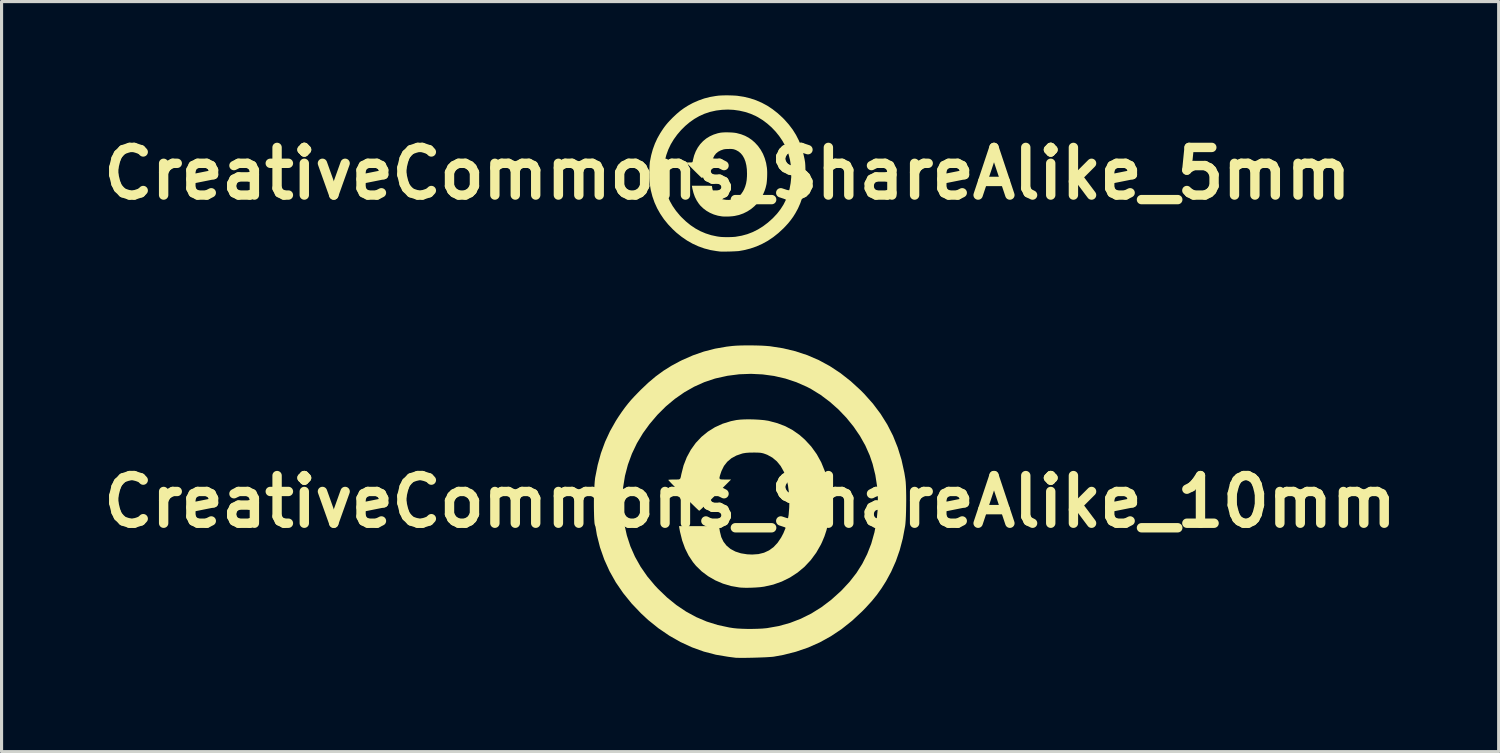
<source format=kicad_pcb>
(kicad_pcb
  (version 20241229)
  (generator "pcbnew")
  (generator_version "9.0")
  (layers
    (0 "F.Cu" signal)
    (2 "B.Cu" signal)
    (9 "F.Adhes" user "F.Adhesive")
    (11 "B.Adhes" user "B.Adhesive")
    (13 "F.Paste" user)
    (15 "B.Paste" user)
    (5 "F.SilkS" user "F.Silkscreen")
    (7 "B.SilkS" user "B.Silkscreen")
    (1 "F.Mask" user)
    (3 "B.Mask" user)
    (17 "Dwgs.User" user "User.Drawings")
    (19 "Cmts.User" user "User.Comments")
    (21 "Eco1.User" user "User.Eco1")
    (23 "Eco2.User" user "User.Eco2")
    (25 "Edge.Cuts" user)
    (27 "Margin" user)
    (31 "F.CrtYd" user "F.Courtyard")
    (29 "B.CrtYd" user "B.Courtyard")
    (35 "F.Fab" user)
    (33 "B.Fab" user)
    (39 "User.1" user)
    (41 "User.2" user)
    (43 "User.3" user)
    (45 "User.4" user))
  (footprint "CreativeCommons_ShareAlike_5mm"
    (layer "F.Cu")
    (at 20.218 2.5)
    (property "Reference" "CreativeCommons_ShareAlike_5mm" (at 0 0 0) (layer "F.SilkS") (effects (font (size 1.524 1.524) (thickness 0.3))))
    (attr board_only exclude_from_pos_files exclude_from_bom)
    (fp_poly (pts (xy 0.07 -1.315) (xy 0.15 -1.311) (xy 0.224 -1.304) (xy 0.285 -1.295) (xy 0.298 -1.292) (xy 0.437 -1.255) (xy 0.564 -1.206) (xy 0.68 -1.144) (xy 0.788 -1.068) (xy 0.875 -0.992) (xy 0.978 -0.881) (xy 1.065 -0.759) (xy 1.138 -0.628) (xy 1.195 -0.486) (xy 1.238 -0.335) (xy 1.264 -0.179) (xy 1.269 -0.121) (xy 1.272 -0.051) (xy 1.272 0.027) (xy 1.27 0.107) (xy 1.266 0.186) (xy 1.26 0.258) (xy 1.253 0.32) (xy 1.246 0.356) (xy 1.221 0.459) (xy 1.19 0.553) (xy 1.15 0.647) (xy 1.131 0.686) (xy 1.058 0.816) (xy 0.97 0.935) (xy 0.87 1.041) (xy 0.759 1.134) (xy 0.638 1.213) (xy 0.507 1.278) (xy 0.369 1.327) (xy 0.224 1.359) (xy 0.223 1.359) (xy 0.159 1.367) (xy 0.086 1.373) (xy 0.008 1.377) (xy -0.068 1.377) (xy -0.136 1.375) (xy -0.173 1.372) (xy -0.306 1.349) (xy -0.435 1.311) (xy -0.558 1.258) (xy -0.672 1.192) (xy -0.775 1.114) (xy -0.866 1.026) (xy -0.914 0.967) (xy -0.983 0.862) (xy -1.041 0.747) (xy -1.086 0.621) (xy -1.121 0.482) (xy -1.131 0.425) (xy -1.137 0.391) (xy -0.818 0.391) (xy -0.73 0.391) (xy -0.658 0.392) (xy -0.601 0.392) (xy -0.558 0.394) (xy -0.528 0.395) (xy -0.508 0.397) (xy -0.498 0.4) (xy -0.496 0.402) (xy -0.493 0.416) (xy -0.489 0.443) (xy -0.483 0.477) (xy -0.483 0.481) (xy -0.461 0.566) (xy -0.425 0.641) (xy -0.375 0.705) (xy -0.312 0.757) (xy -0.236 0.798) (xy -0.147 0.826) (xy -0.047 0.842) (xy 0.034 0.845) (xy 0.133 0.838) (xy 0.222 0.817) (xy 0.302 0.78) (xy 0.374 0.727) (xy 0.438 0.659) (xy 0.496 0.574) (xy 0.533 0.505) (xy 0.57 0.413) (xy 0.598 0.316) (xy 0.616 0.211) (xy 0.625 0.094) (xy 0.627 0.007) (xy 0.622 -0.135) (xy 0.605 -0.264) (xy 0.577 -0.38) (xy 0.538 -0.482) (xy 0.488 -0.57) (xy 0.428 -0.644) (xy 0.357 -0.704) (xy 0.276 -0.749) (xy 0.245 -0.761) (xy 0.215 -0.771) (xy 0.188 -0.778) (xy 0.16 -0.782) (xy 0.126 -0.785) (xy 0.081 -0.785) (xy 0.055 -0.785) (xy -0.013 -0.784) (xy -0.067 -0.78) (xy -0.11 -0.774) (xy -0.127 -0.77) (xy -0.221 -0.737) (xy -0.3 -0.694) (xy -0.366 -0.639) (xy -0.418 -0.571) (xy -0.458 -0.492) (xy -0.469 -0.459) (xy -0.483 -0.415) (xy -0.49 -0.385) (xy -0.488 -0.367) (xy -0.475 -0.358) (xy -0.45 -0.355) (xy -0.409 -0.355) (xy -0.398 -0.355) (xy -0.305 -0.355) (xy -0.555 -0.105) (xy -0.61 -0.049) (xy -0.662 0.002) (xy -0.708 0.047) (xy -0.748 0.086) (xy -0.78 0.116) (xy -0.802 0.136) (xy -0.813 0.145) (xy -0.814 0.145) (xy -0.822 0.139) (xy -0.841 0.122) (xy -0.87 0.095) (xy -0.906 0.06) (xy -0.948 0.019) (xy -0.994 -0.026) (xy -1.042 -0.074) (xy -1.091 -0.123) (xy -1.139 -0.171) (xy -1.184 -0.217) (xy -1.225 -0.258) (xy -1.26 -0.294) (xy -1.287 -0.322) (xy -1.303 -0.34) (xy -1.309 -0.348) (xy -1.301 -0.351) (xy -1.278 -0.353) (xy -1.244 -0.354) (xy -1.214 -0.355) (xy -1.171 -0.354) (xy -1.143 -0.356) (xy -1.125 -0.361) (xy -1.115 -0.374) (xy -1.108 -0.396) (xy -1.102 -0.431) (xy -1.1 -0.441) (xy -1.064 -0.58) (xy -1.013 -0.71) (xy -0.948 -0.83) (xy -0.87 -0.939) (xy -0.779 -1.036) (xy -0.677 -1.12) (xy -0.563 -1.19) (xy -0.44 -1.246) (xy -0.307 -1.288) (xy -0.22 -1.306) (xy -0.162 -1.312) (xy -0.091 -1.316) (xy -0.012 -1.317)) (stroke (width 0) (type solid)) (fill yes) (layer "F.SilkS"))
    (fp_poly (pts (xy 0.017 -2.5) (xy 0.104 -2.498) (xy 0.186 -2.495) (xy 0.259 -2.491) (xy 0.318 -2.486) (xy 0.526 -2.454) (xy 0.725 -2.406) (xy 0.915 -2.343) (xy 1.098 -2.264) (xy 1.275 -2.169) (xy 1.444 -2.057) (xy 1.609 -1.928) (xy 1.768 -1.782) (xy 1.824 -1.725) (xy 1.963 -1.568) (xy 2.087 -1.405) (xy 2.194 -1.234) (xy 2.285 -1.055) (xy 2.361 -0.867) (xy 2.421 -0.669) (xy 2.467 -0.461) (xy 2.484 -0.359) (xy 2.488 -0.314) (xy 2.492 -0.255) (xy 2.494 -0.183) (xy 2.496 -0.104) (xy 2.496 -0.02) (xy 2.496 0.065) (xy 2.494 0.149) (xy 2.492 0.227) (xy 2.488 0.296) (xy 2.484 0.354) (xy 2.479 0.391) (xy 2.441 0.59) (xy 2.392 0.776) (xy 2.331 0.951) (xy 2.257 1.119) (xy 2.174 1.271) (xy 2.104 1.383) (xy 2.028 1.488) (xy 1.945 1.591) (xy 1.85 1.695) (xy 1.792 1.755) (xy 1.631 1.904) (xy 1.465 2.036) (xy 1.293 2.152) (xy 1.114 2.25) (xy 0.928 2.333) (xy 0.734 2.4) (xy 0.531 2.451) (xy 0.38 2.478) (xy 0.349 2.482) (xy 0.305 2.485) (xy 0.25 2.488) (xy 0.186 2.491) (xy 0.118 2.494) (xy 0.048 2.496) (xy -0.021 2.497) (xy -0.087 2.498) (xy -0.145 2.498) (xy -0.193 2.498) (xy -0.229 2.496) (xy -0.245 2.495) (xy -0.265 2.492) (xy -0.296 2.488) (xy -0.335 2.483) (xy -0.35 2.481) (xy -0.547 2.448) (xy -0.74 2.397) (xy -0.93 2.329) (xy -1.114 2.245) (xy -1.293 2.143) (xy -1.465 2.025) (xy -1.631 1.892) (xy -1.744 1.787) (xy -1.896 1.628) (xy -2.031 1.462) (xy -2.148 1.289) (xy -2.249 1.11) (xy -2.333 0.924) (xy -2.4 0.732) (xy -2.451 0.532) (xy -2.485 0.325) (xy -2.491 0.27) (xy -2.495 0.217) (xy -2.498 0.15) (xy -2.499 0.075) (xy -2.498 -0.007) (xy -2.498 -0.043) (xy -2.044 -0.043) (xy -2.039 0.144) (xy -2.037 0.168) (xy -2.012 0.358) (xy -1.972 0.54) (xy -1.915 0.714) (xy -1.842 0.881) (xy -1.752 1.041) (xy -1.645 1.194) (xy -1.521 1.343) (xy -1.474 1.393) (xy -1.329 1.532) (xy -1.179 1.654) (xy -1.024 1.758) (xy -0.862 1.846) (xy -0.694 1.917) (xy -0.518 1.973) (xy -0.334 2.012) (xy -0.266 2.022) (xy -0.205 2.029) (xy -0.132 2.033) (xy -0.05 2.035) (xy 0.035 2.035) (xy 0.118 2.033) (xy 0.195 2.029) (xy 0.26 2.024) (xy 0.27 2.022) (xy 0.457 1.989) (xy 0.637 1.94) (xy 0.811 1.873) (xy 0.978 1.789) (xy 1.14 1.688) (xy 1.296 1.57) (xy 1.447 1.435) (xy 1.464 1.418) (xy 1.591 1.282) (xy 1.7 1.141) (xy 1.794 0.994) (xy 1.872 0.839) (xy 1.936 0.676) (xy 1.94 0.664) (xy 1.989 0.488) (xy 2.022 0.307) (xy 2.041 0.123) (xy 2.043 -0.063) (xy 2.031 -0.247) (xy 2.003 -0.427) (xy 1.96 -0.602) (xy 1.913 -0.74) (xy 1.842 -0.898) (xy 1.755 -1.053) (xy 1.653 -1.202) (xy 1.538 -1.344) (xy 1.412 -1.476) (xy 1.275 -1.597) (xy 1.13 -1.706) (xy 0.978 -1.8) (xy 0.905 -1.839) (xy 0.738 -1.912) (xy 0.564 -1.969) (xy 0.384 -2.01) (xy 0.2 -2.036) (xy 0.013 -2.045) (xy -0.174 -2.037) (xy -0.361 -2.014) (xy -0.545 -1.973) (xy -0.567 -1.967) (xy -0.734 -1.911) (xy -0.897 -1.838) (xy -1.054 -1.748) (xy -1.204 -1.643) (xy -1.347 -1.523) (xy -1.482 -1.389) (xy -1.608 -1.242) (xy -1.715 -1.094) (xy -1.811 -0.935) (xy -1.891 -0.767) (xy -1.954 -0.593) (xy -2.001 -0.413) (xy -2.031 -0.23) (xy -2.044 -0.043) (xy -2.498 -0.043) (xy -2.497 -0.09) (xy -2.494 -0.171) (xy -2.491 -0.247) (xy -2.486 -0.314) (xy -2.481 -0.367) (xy -2.478 -0.385) (xy -2.438 -0.586) (xy -2.386 -0.775) (xy -2.32 -0.955) (xy -2.241 -1.127) (xy -2.146 -1.294) (xy -2.1 -1.365) (xy -2.05 -1.44) (xy -2.003 -1.505) (xy -1.956 -1.565) (xy -1.906 -1.624) (xy -1.85 -1.685) (xy -1.785 -1.752) (xy -1.751 -1.787) (xy -1.628 -1.903) (xy -1.508 -2.004) (xy -1.385 -2.094) (xy -1.257 -2.174) (xy -1.119 -2.249) (xy -1.086 -2.265) (xy -0.913 -2.34) (xy -0.74 -2.401) (xy -0.561 -2.447) (xy -0.375 -2.479) (xy -0.282 -2.491) (xy -0.223 -2.495) (xy -0.151 -2.498) (xy -0.069 -2.5)) (stroke (width 0) (type solid)) (fill yes) (layer "F.SilkS")))
  (footprint "CreativeCommons_ShareAlike_10mm"
    (layer "F.Cu")
    (at 20.944 12.997)
    (property "Reference" "CreativeCommons_ShareAlike_10mm" (at 0 0 0) (layer "F.SilkS") (effects (font (size 1.524 1.524) (thickness 0.3))))
    (attr board_only exclude_from_pos_files exclude_from_bom)
    (fp_poly (pts (xy 0.14 -2.63) (xy 0.3 -2.621) (xy 0.447 -2.608) (xy 0.571 -2.589) (xy 0.596 -2.584) (xy 0.874 -2.51) (xy 1.127 -2.413) (xy 1.36 -2.289) (xy 1.577 -2.137) (xy 1.751 -1.984) (xy 1.956 -1.762) (xy 2.131 -1.519) (xy 2.276 -1.256) (xy 2.391 -0.973) (xy 2.476 -0.669) (xy 2.529 -0.359) (xy 2.538 -0.242) (xy 2.543 -0.101) (xy 2.544 0.054) (xy 2.54 0.214) (xy 2.532 0.371) (xy 2.52 0.516) (xy 2.505 0.64) (xy 2.493 0.711) (xy 2.441 0.918) (xy 2.379 1.107) (xy 2.3 1.295) (xy 2.263 1.373) (xy 2.115 1.632) (xy 1.94 1.869) (xy 1.741 2.082) (xy 1.518 2.268) (xy 1.275 2.426) (xy 1.014 2.555) (xy 0.738 2.653) (xy 0.447 2.718) (xy 0.447 2.718) (xy 0.319 2.735) (xy 0.171 2.746) (xy 0.015 2.753) (xy -0.136 2.755) (xy -0.272 2.75) (xy -0.345 2.744) (xy -0.612 2.698) (xy -0.87 2.621) (xy -1.115 2.516) (xy -1.343 2.384) (xy -1.55 2.229) (xy -1.732 2.051) (xy -1.828 1.934) (xy -1.967 1.724) (xy -2.081 1.495) (xy -2.173 1.242) (xy -2.242 0.964) (xy -2.263 0.85) (xy -2.274 0.782) (xy -1.637 0.782) (xy -1.459 0.782) (xy -1.315 0.783) (xy -1.202 0.785) (xy -1.116 0.787) (xy -1.055 0.791) (xy -1.016 0.795) (xy -0.997 0.801) (xy -0.993 0.805) (xy -0.987 0.833) (xy -0.978 0.886) (xy -0.967 0.953) (xy -0.965 0.962) (xy -0.923 1.133) (xy -0.851 1.282) (xy -0.751 1.41) (xy -0.624 1.514) (xy -0.472 1.595) (xy -0.295 1.652) (xy -0.094 1.684) (xy 0.068 1.691) (xy 0.266 1.677) (xy 0.444 1.633) (xy 0.604 1.559) (xy 0.748 1.455) (xy 0.877 1.318) (xy 0.992 1.148) (xy 1.065 1.009) (xy 1.14 0.826) (xy 1.195 0.632) (xy 1.232 0.422) (xy 1.251 0.188) (xy 1.255 0.015) (xy 1.243 -0.27) (xy 1.21 -0.529) (xy 1.154 -0.76) (xy 1.076 -0.964) (xy 0.977 -1.141) (xy 0.856 -1.289) (xy 0.714 -1.408) (xy 0.552 -1.498) (xy 0.49 -1.522) (xy 0.43 -1.543) (xy 0.377 -1.556) (xy 0.321 -1.565) (xy 0.252 -1.569) (xy 0.161 -1.571) (xy 0.109 -1.571) (xy -0.027 -1.569) (xy -0.134 -1.561) (xy -0.221 -1.547) (xy -0.255 -1.539) (xy -0.441 -1.475) (xy -0.6 -1.388) (xy -0.731 -1.277) (xy -0.836 -1.143) (xy -0.915 -0.983) (xy -0.938 -0.917) (xy -0.966 -0.829) (xy -0.98 -0.77) (xy -0.976 -0.735) (xy -0.951 -0.716) (xy -0.899 -0.71) (xy -0.818 -0.709) (xy -0.796 -0.709) (xy -0.609 -0.709) (xy -1.109 -0.209) (xy -1.22 -0.098) (xy -1.324 0.004) (xy -1.417 0.095) (xy -1.496 0.172) (xy -1.56 0.232) (xy -1.604 0.272) (xy -1.626 0.29) (xy -1.627 0.291) (xy -1.644 0.279) (xy -1.682 0.244) (xy -1.739 0.19) (xy -1.811 0.12) (xy -1.895 0.038) (xy -1.987 -0.052) (xy -2.084 -0.148) (xy -2.182 -0.246) (xy -2.278 -0.342) (xy -2.369 -0.434) (xy -2.451 -0.517) (xy -2.52 -0.588) (xy -2.573 -0.644) (xy -2.607 -0.681) (xy -2.618 -0.696) (xy -2.601 -0.701) (xy -2.556 -0.706) (xy -2.488 -0.708) (xy -2.428 -0.709) (xy -2.343 -0.709) (xy -2.286 -0.711) (xy -2.251 -0.723) (xy -2.23 -0.748) (xy -2.217 -0.793) (xy -2.203 -0.862) (xy -2.199 -0.882) (xy -2.128 -1.161) (xy -2.026 -1.421) (xy -1.896 -1.66) (xy -1.74 -1.878) (xy -1.558 -2.071) (xy -1.353 -2.239) (xy -1.127 -2.38) (xy -0.88 -2.493) (xy -0.615 -2.575) (xy -0.439 -2.611) (xy -0.323 -2.624) (xy -0.182 -2.632) (xy -0.024 -2.634)) (stroke (width 0) (type solid)) (fill yes) (layer "F.SilkS"))
    (fp_poly (pts (xy 0.034 -4.999) (xy 0.207 -4.996) (xy 0.372 -4.991) (xy 0.519 -4.982) (xy 0.636 -4.972) (xy 1.052 -4.907) (xy 1.449 -4.812) (xy 1.831 -4.686) (xy 2.197 -4.528) (xy 2.549 -4.337) (xy 2.889 -4.113) (xy 3.217 -3.855) (xy 3.536 -3.563) (xy 3.648 -3.45) (xy 3.927 -3.137) (xy 4.173 -2.81) (xy 4.387 -2.468) (xy 4.57 -2.11) (xy 4.721 -1.733) (xy 4.843 -1.338) (xy 4.934 -0.923) (xy 4.967 -0.718) (xy 4.977 -0.628) (xy 4.984 -0.509) (xy 4.989 -0.367) (xy 4.992 -0.208) (xy 4.993 -0.04) (xy 4.991 0.13) (xy 4.988 0.297) (xy 4.983 0.454) (xy 4.976 0.593) (xy 4.967 0.708) (xy 4.958 0.782) (xy 4.883 1.179) (xy 4.785 1.551) (xy 4.662 1.903) (xy 4.513 2.238) (xy 4.348 2.543) (xy 4.207 2.766) (xy 4.057 2.977) (xy 3.89 3.182) (xy 3.7 3.39) (xy 3.583 3.51) (xy 3.262 3.809) (xy 2.93 4.073) (xy 2.586 4.303) (xy 2.228 4.501) (xy 1.856 4.666) (xy 1.468 4.799) (xy 1.062 4.902) (xy 0.76 4.957) (xy 0.699 4.964) (xy 0.61 4.97) (xy 0.499 4.977) (xy 0.373 4.982) (xy 0.236 4.987) (xy 0.096 4.991) (xy -0.043 4.994) (xy -0.173 4.996) (xy -0.29 4.996) (xy -0.387 4.995) (xy -0.458 4.993) (xy -0.491 4.989) (xy -0.529 4.984) (xy -0.592 4.976) (xy -0.669 4.966) (xy -0.7 4.962) (xy -1.094 4.896) (xy -1.481 4.795) (xy -1.859 4.659) (xy -2.228 4.489) (xy -2.585 4.286) (xy -2.93 4.051) (xy -3.262 3.784) (xy -3.488 3.574) (xy -3.792 3.255) (xy -4.061 2.923) (xy -4.297 2.579) (xy -4.498 2.221) (xy -4.666 1.849) (xy -4.801 1.463) (xy -4.902 1.064) (xy -4.97 0.65) (xy -4.983 0.54) (xy -4.99 0.433) (xy -4.995 0.301) (xy -4.997 0.149) (xy -4.997 -0.013) (xy -4.996 -0.087) (xy -4.088 -0.087) (xy -4.078 0.288) (xy -4.074 0.336) (xy -4.024 0.717) (xy -3.943 1.08) (xy -3.83 1.428) (xy -3.683 1.761) (xy -3.503 2.081) (xy -3.29 2.389) (xy -3.042 2.685) (xy -2.947 2.786) (xy -2.658 3.064) (xy -2.358 3.307) (xy -2.048 3.516) (xy -1.724 3.692) (xy -1.388 3.835) (xy -1.036 3.945) (xy -0.668 4.024) (xy -0.531 4.045) (xy -0.411 4.057) (xy -0.263 4.065) (xy -0.1 4.07) (xy 0.07 4.07) (xy 0.237 4.066) (xy 0.39 4.059) (xy 0.52 4.047) (xy 0.54 4.045) (xy 0.913 3.979) (xy 1.274 3.879) (xy 1.621 3.745) (xy 1.957 3.578) (xy 2.281 3.376) (xy 2.593 3.14) (xy 2.894 2.869) (xy 2.928 2.836) (xy 3.181 2.564) (xy 3.401 2.282) (xy 3.588 1.987) (xy 3.744 1.678) (xy 3.872 1.352) (xy 3.88 1.327) (xy 3.978 0.977) (xy 4.045 0.615) (xy 4.081 0.246) (xy 4.086 -0.125) (xy 4.061 -0.494) (xy 4.005 -0.855) (xy 3.919 -1.205) (xy 3.826 -1.479) (xy 3.685 -1.797) (xy 3.511 -2.106) (xy 3.307 -2.404) (xy 3.077 -2.687) (xy 2.823 -2.952) (xy 2.55 -3.194) (xy 2.26 -3.412) (xy 1.956 -3.6) (xy 1.809 -3.677) (xy 1.476 -3.823) (xy 1.128 -3.938) (xy 0.768 -4.021) (xy 0.4 -4.071) (xy 0.027 -4.089) (xy -0.348 -4.075) (xy -0.722 -4.027) (xy -1.09 -3.946) (xy -1.135 -3.934) (xy -1.468 -3.822) (xy -1.793 -3.676) (xy -2.107 -3.497) (xy -2.408 -3.287) (xy -2.695 -3.047) (xy -2.964 -2.779) (xy -3.215 -2.484) (xy -3.429 -2.189) (xy -3.621 -1.869) (xy -3.781 -1.534) (xy -3.909 -1.185) (xy -4.003 -0.826) (xy -4.062 -0.459) (xy -4.088 -0.087) (xy -4.996 -0.087) (xy -4.994 -0.179) (xy -4.989 -0.342) (xy -4.981 -0.494) (xy -4.972 -0.627) (xy -4.961 -0.735) (xy -4.956 -0.771) (xy -4.876 -1.173) (xy -4.772 -1.551) (xy -4.641 -1.91) (xy -4.482 -2.254) (xy -4.293 -2.588) (xy -4.201 -2.731) (xy -4.099 -2.88) (xy -4.005 -3.01) (xy -3.911 -3.13) (xy -3.812 -3.248) (xy -3.7 -3.37) (xy -3.57 -3.504) (xy -3.501 -3.574) (xy -3.257 -3.806) (xy -3.016 -4.009) (xy -2.771 -4.188) (xy -2.514 -4.349) (xy -2.238 -4.497) (xy -2.173 -4.529) (xy -1.827 -4.681) (xy -1.479 -4.802) (xy -1.123 -4.894) (xy -0.75 -4.959) (xy -0.564 -4.981) (xy -0.446 -4.99) (xy -0.301 -4.996) (xy -0.138 -4.999)) (stroke (width 0) (type solid)) (fill yes) (layer "F.SilkS")))
  (gr_rect
    (start -3 -3)
    (end 44.888 20.993)
    (stroke (width 0.1) (type default))
    (fill no)
    (layer "Edge.Cuts")))
</source>
